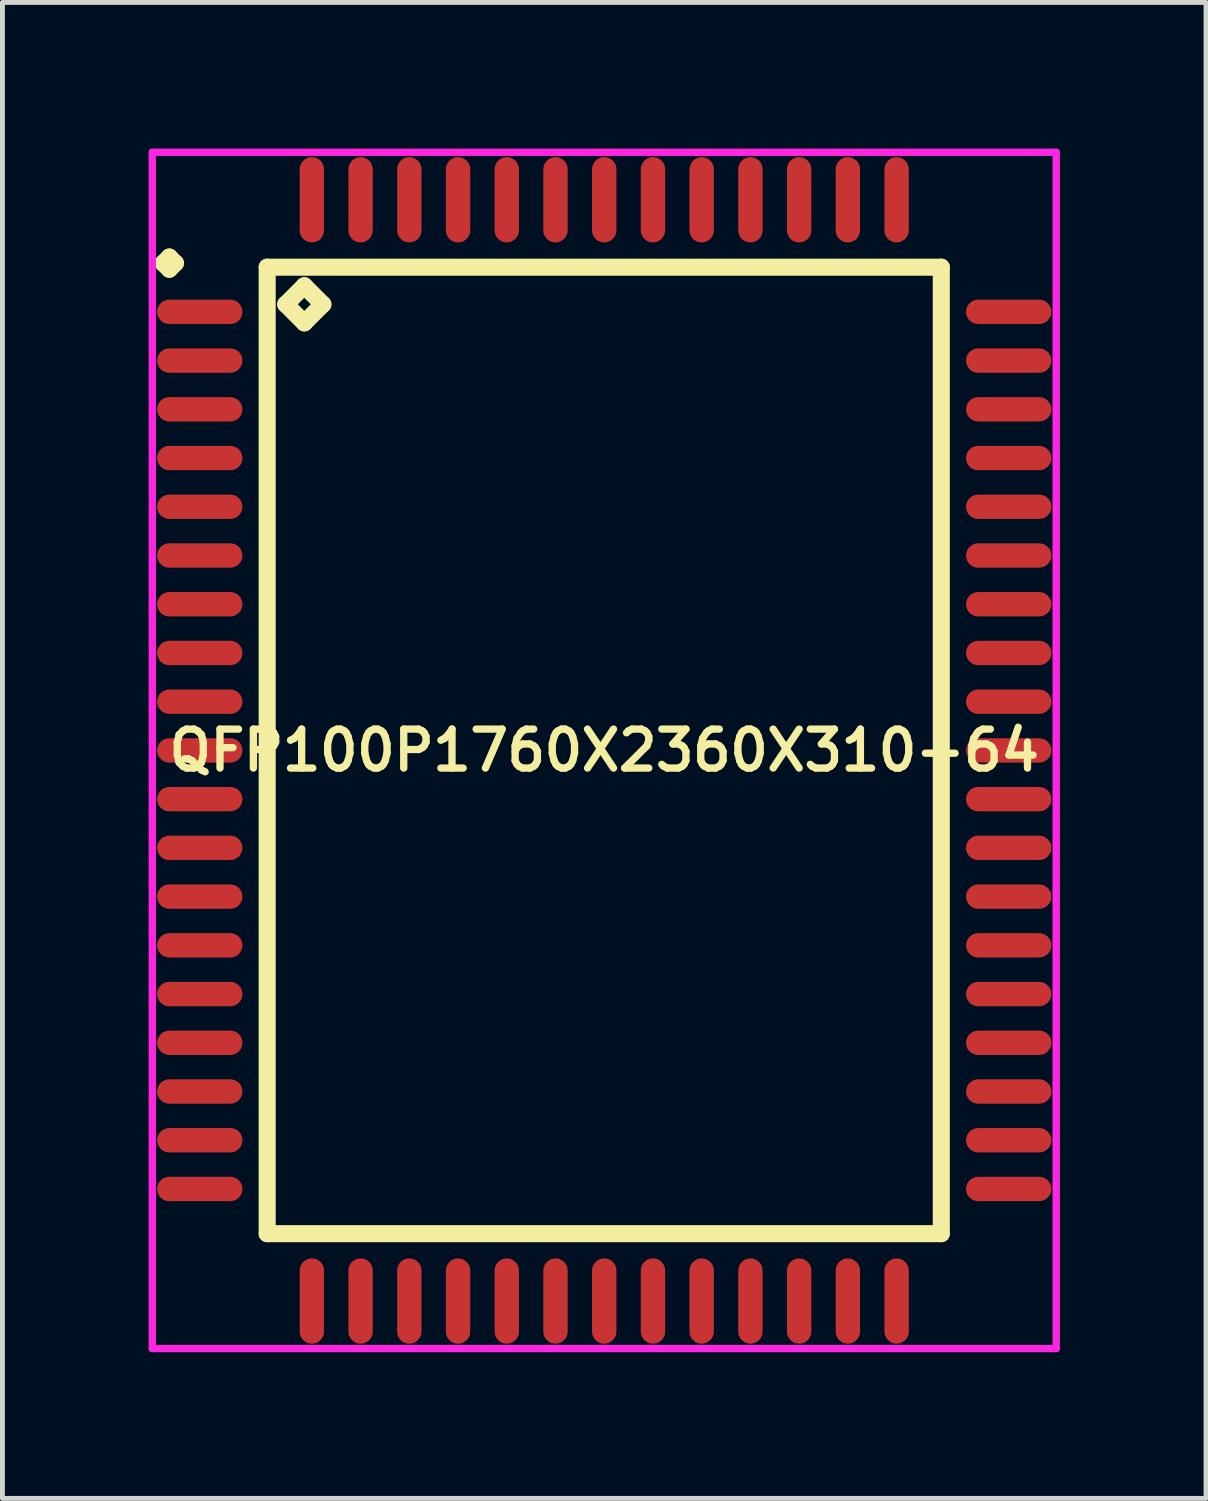
<source format=kicad_pcb>
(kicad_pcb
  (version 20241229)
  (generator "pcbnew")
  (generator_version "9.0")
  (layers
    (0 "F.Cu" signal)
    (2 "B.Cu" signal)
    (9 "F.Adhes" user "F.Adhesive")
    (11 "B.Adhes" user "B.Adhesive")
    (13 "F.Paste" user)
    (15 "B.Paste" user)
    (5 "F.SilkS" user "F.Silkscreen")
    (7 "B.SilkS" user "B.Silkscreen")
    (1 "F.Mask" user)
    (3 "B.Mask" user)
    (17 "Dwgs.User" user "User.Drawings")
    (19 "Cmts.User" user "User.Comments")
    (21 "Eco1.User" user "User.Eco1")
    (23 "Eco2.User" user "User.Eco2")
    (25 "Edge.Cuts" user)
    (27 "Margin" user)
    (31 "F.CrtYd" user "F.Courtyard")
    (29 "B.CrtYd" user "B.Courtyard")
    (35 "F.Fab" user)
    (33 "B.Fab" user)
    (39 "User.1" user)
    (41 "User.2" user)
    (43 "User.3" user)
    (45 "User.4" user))
  (footprint "QFP100P1760X2360X310-64"
    (layer "F.Cu")
    (at 9.35 12.35)
    (property "Reference" "QFP100P1760X2360X310-64" (at 0 0 0) (layer "F.SilkS") (effects (font (size 0.8 0.8) (thickness 0.15))))
    (attr smd)
    (fp_line (start -9.05 -10) (end -8.925 -10.125) (stroke (width 0.35) (type solid)) (layer "F.SilkS"))
    (fp_line (start -8.925 -10.125) (end -8.8 -10) (stroke (width 0.35) (type solid)) (layer "F.SilkS"))
    (fp_line (start -8.925 -9.875) (end -9.05 -10) (stroke (width 0.35) (type solid)) (layer "F.SilkS"))
    (fp_line (start -8.8 -10) (end -8.925 -9.875) (stroke (width 0.35) (type solid)) (layer "F.SilkS"))
    (fp_line (start -6.917 -9.917) (end -6.917 9.917) (stroke (width 0.35) (type solid)) (layer "F.SilkS"))
    (fp_line (start -6.917 9.917) (end 6.917 9.917) (stroke (width 0.35) (type solid)) (layer "F.SilkS"))
    (fp_line (start -6.536 -9.155) (end -6.155 -9.536) (stroke (width 0.35) (type solid)) (layer "F.SilkS"))
    (fp_line (start -6.155 -9.536) (end -5.774 -9.155) (stroke (width 0.35) (type solid)) (layer "F.SilkS"))
    (fp_line (start -6.155 -8.774) (end -6.536 -9.155) (stroke (width 0.35) (type solid)) (layer "F.SilkS"))
    (fp_line (start -5.774 -9.155) (end -6.155 -8.774) (stroke (width 0.35) (type solid)) (layer "F.SilkS"))
    (fp_line (start 6.917 -9.917) (end -6.917 -9.917) (stroke (width 0.35) (type solid)) (layer "F.SilkS"))
    (fp_line (start 6.917 9.917) (end 6.917 -9.917) (stroke (width 0.35) (type solid)) (layer "F.SilkS"))
    (fp_line (start -9.275 -12.275) (end 9.275 -12.275) (stroke (width 0.15) (type solid)) (layer "F.CrtYd"))
    (fp_line (start -9.275 12.275) (end -9.275 -12.275) (stroke (width 0.15) (type solid)) (layer "F.CrtYd"))
    (fp_line (start 9.275 -12.275) (end 9.275 12.275) (stroke (width 0.15) (type solid)) (layer "F.CrtYd"))
    (fp_line (start 9.275 12.275) (end -9.275 12.275) (stroke (width 0.15) (type solid)) (layer "F.CrtYd"))
    (pad "1" smd oval (at -8.3 -9) (size 1.75 0.5) (layers "F.Cu" "F.Mask" "F.Paste"))
    (pad "2" smd oval (at -8.3 -8) (size 1.75 0.5) (layers "F.Cu" "F.Mask" "F.Paste"))
    (pad "3" smd oval (at -8.3 -7) (size 1.75 0.5) (layers "F.Cu" "F.Mask" "F.Paste"))
    (pad "4" smd oval (at -8.3 -6) (size 1.75 0.5) (layers "F.Cu" "F.Mask" "F.Paste"))
    (pad "5" smd oval (at -8.3 -5) (size 1.75 0.5) (layers "F.Cu" "F.Mask" "F.Paste"))
    (pad "6" smd oval (at -8.3 -4) (size 1.75 0.5) (layers "F.Cu" "F.Mask" "F.Paste"))
    (pad "7" smd oval (at -8.3 -3) (size 1.75 0.5) (layers "F.Cu" "F.Mask" "F.Paste"))
    (pad "8" smd oval (at -8.3 -2) (size 1.75 0.5) (layers "F.Cu" "F.Mask" "F.Paste"))
    (pad "9" smd oval (at -8.3 -1) (size 1.75 0.5) (layers "F.Cu" "F.Mask" "F.Paste"))
    (pad "10" smd oval (at -8.3 0) (size 1.75 0.5) (layers "F.Cu" "F.Mask" "F.Paste"))
    (pad "11" smd oval (at -8.3 1) (size 1.75 0.5) (layers "F.Cu" "F.Mask" "F.Paste"))
    (pad "12" smd oval (at -8.3 2) (size 1.75 0.5) (layers "F.Cu" "F.Mask" "F.Paste"))
    (pad "13" smd oval (at -8.3 3) (size 1.75 0.5) (layers "F.Cu" "F.Mask" "F.Paste"))
    (pad "14" smd oval (at -8.3 4) (size 1.75 0.5) (layers "F.Cu" "F.Mask" "F.Paste"))
    (pad "15" smd oval (at -8.3 5) (size 1.75 0.5) (layers "F.Cu" "F.Mask" "F.Paste"))
    (pad "16" smd oval (at -8.3 6) (size 1.75 0.5) (layers "F.Cu" "F.Mask" "F.Paste"))
    (pad "17" smd oval (at -8.3 7) (size 1.75 0.5) (layers "F.Cu" "F.Mask" "F.Paste"))
    (pad "18" smd oval (at -8.3 8) (size 1.75 0.5) (layers "F.Cu" "F.Mask" "F.Paste"))
    (pad "19" smd oval (at -8.3 9) (size 1.75 0.5) (layers "F.Cu" "F.Mask" "F.Paste"))
    (pad "20" smd oval (at -6 11.3) (size 0.5 1.75) (layers "F.Cu" "F.Mask" "F.Paste"))
    (pad "21" smd oval (at -5 11.3) (size 0.5 1.75) (layers "F.Cu" "F.Mask" "F.Paste"))
    (pad "22" smd oval (at -4 11.3) (size 0.5 1.75) (layers "F.Cu" "F.Mask" "F.Paste"))
    (pad "23" smd oval (at -3 11.3) (size 0.5 1.75) (layers "F.Cu" "F.Mask" "F.Paste"))
    (pad "24" smd oval (at -2 11.3) (size 0.5 1.75) (layers "F.Cu" "F.Mask" "F.Paste"))
    (pad "25" smd oval (at -1 11.3) (size 0.5 1.75) (layers "F.Cu" "F.Mask" "F.Paste"))
    (pad "26" smd oval (at 0 11.3) (size 0.5 1.75) (layers "F.Cu" "F.Mask" "F.Paste"))
    (pad "27" smd oval (at 1 11.3) (size 0.5 1.75) (layers "F.Cu" "F.Mask" "F.Paste"))
    (pad "28" smd oval (at 2 11.3) (size 0.5 1.75) (layers "F.Cu" "F.Mask" "F.Paste"))
    (pad "29" smd oval (at 3 11.3) (size 0.5 1.75) (layers "F.Cu" "F.Mask" "F.Paste"))
    (pad "30" smd oval (at 4 11.3) (size 0.5 1.75) (layers "F.Cu" "F.Mask" "F.Paste"))
    (pad "31" smd oval (at 5 11.3) (size 0.5 1.75) (layers "F.Cu" "F.Mask" "F.Paste"))
    (pad "32" smd oval (at 6 11.3) (size 0.5 1.75) (layers "F.Cu" "F.Mask" "F.Paste"))
    (pad "33" smd oval (at 8.3 9) (size 1.75 0.5) (layers "F.Cu" "F.Mask" "F.Paste"))
    (pad "34" smd oval (at 8.3 8) (size 1.75 0.5) (layers "F.Cu" "F.Mask" "F.Paste"))
    (pad "35" smd oval (at 8.3 7) (size 1.75 0.5) (layers "F.Cu" "F.Mask" "F.Paste"))
    (pad "36" smd oval (at 8.3 6) (size 1.75 0.5) (layers "F.Cu" "F.Mask" "F.Paste"))
    (pad "37" smd oval (at 8.3 5) (size 1.75 0.5) (layers "F.Cu" "F.Mask" "F.Paste"))
    (pad "38" smd oval (at 8.3 4) (size 1.75 0.5) (layers "F.Cu" "F.Mask" "F.Paste"))
    (pad "39" smd oval (at 8.3 3) (size 1.75 0.5) (layers "F.Cu" "F.Mask" "F.Paste"))
    (pad "40" smd oval (at 8.3 2) (size 1.75 0.5) (layers "F.Cu" "F.Mask" "F.Paste"))
    (pad "41" smd oval (at 8.3 1) (size 1.75 0.5) (layers "F.Cu" "F.Mask" "F.Paste"))
    (pad "42" smd oval (at 8.3 0) (size 1.75 0.5) (layers "F.Cu" "F.Mask" "F.Paste"))
    (pad "43" smd oval (at 8.3 -1) (size 1.75 0.5) (layers "F.Cu" "F.Mask" "F.Paste"))
    (pad "44" smd oval (at 8.3 -2) (size 1.75 0.5) (layers "F.Cu" "F.Mask" "F.Paste"))
    (pad "45" smd oval (at 8.3 -3) (size 1.75 0.5) (layers "F.Cu" "F.Mask" "F.Paste"))
    (pad "46" smd oval (at 8.3 -4) (size 1.75 0.5) (layers "F.Cu" "F.Mask" "F.Paste"))
    (pad "47" smd oval (at 8.3 -5) (size 1.75 0.5) (layers "F.Cu" "F.Mask" "F.Paste"))
    (pad "48" smd oval (at 8.3 -6) (size 1.75 0.5) (layers "F.Cu" "F.Mask" "F.Paste"))
    (pad "49" smd oval (at 8.3 -7) (size 1.75 0.5) (layers "F.Cu" "F.Mask" "F.Paste"))
    (pad "50" smd oval (at 8.3 -8) (size 1.75 0.5) (layers "F.Cu" "F.Mask" "F.Paste"))
    (pad "51" smd oval (at 8.3 -9) (size 1.75 0.5) (layers "F.Cu" "F.Mask" "F.Paste"))
    (pad "52" smd oval (at 6 -11.3) (size 0.5 1.75) (layers "F.Cu" "F.Mask" "F.Paste"))
    (pad "53" smd oval (at 5 -11.3) (size 0.5 1.75) (layers "F.Cu" "F.Mask" "F.Paste"))
    (pad "54" smd oval (at 4 -11.3) (size 0.5 1.75) (layers "F.Cu" "F.Mask" "F.Paste"))
    (pad "55" smd oval (at 3 -11.3) (size 0.5 1.75) (layers "F.Cu" "F.Mask" "F.Paste"))
    (pad "56" smd oval (at 2 -11.3) (size 0.5 1.75) (layers "F.Cu" "F.Mask" "F.Paste"))
    (pad "57" smd oval (at 1 -11.3) (size 0.5 1.75) (layers "F.Cu" "F.Mask" "F.Paste"))
    (pad "58" smd oval (at 0 -11.3) (size 0.5 1.75) (layers "F.Cu" "F.Mask" "F.Paste"))
    (pad "59" smd oval (at -1 -11.3) (size 0.5 1.75) (layers "F.Cu" "F.Mask" "F.Paste"))
    (pad "60" smd oval (at -2 -11.3) (size 0.5 1.75) (layers "F.Cu" "F.Mask" "F.Paste"))
    (pad "61" smd oval (at -3 -11.3) (size 0.5 1.75) (layers "F.Cu" "F.Mask" "F.Paste"))
    (pad "62" smd oval (at -4 -11.3) (size 0.5 1.75) (layers "F.Cu" "F.Mask" "F.Paste"))
    (pad "63" smd oval (at -5 -11.3) (size 0.5 1.75) (layers "F.Cu" "F.Mask" "F.Paste"))
    (pad "64" smd oval (at -6 -11.3) (size 0.5 1.75) (layers "F.Cu" "F.Mask" "F.Paste")))
  (gr_rect
    (start -3 -3)
    (end 21.7 27.7)
    (stroke (width 0.1) (type default))
    (fill no)
    (layer "Edge.Cuts")))
</source>
